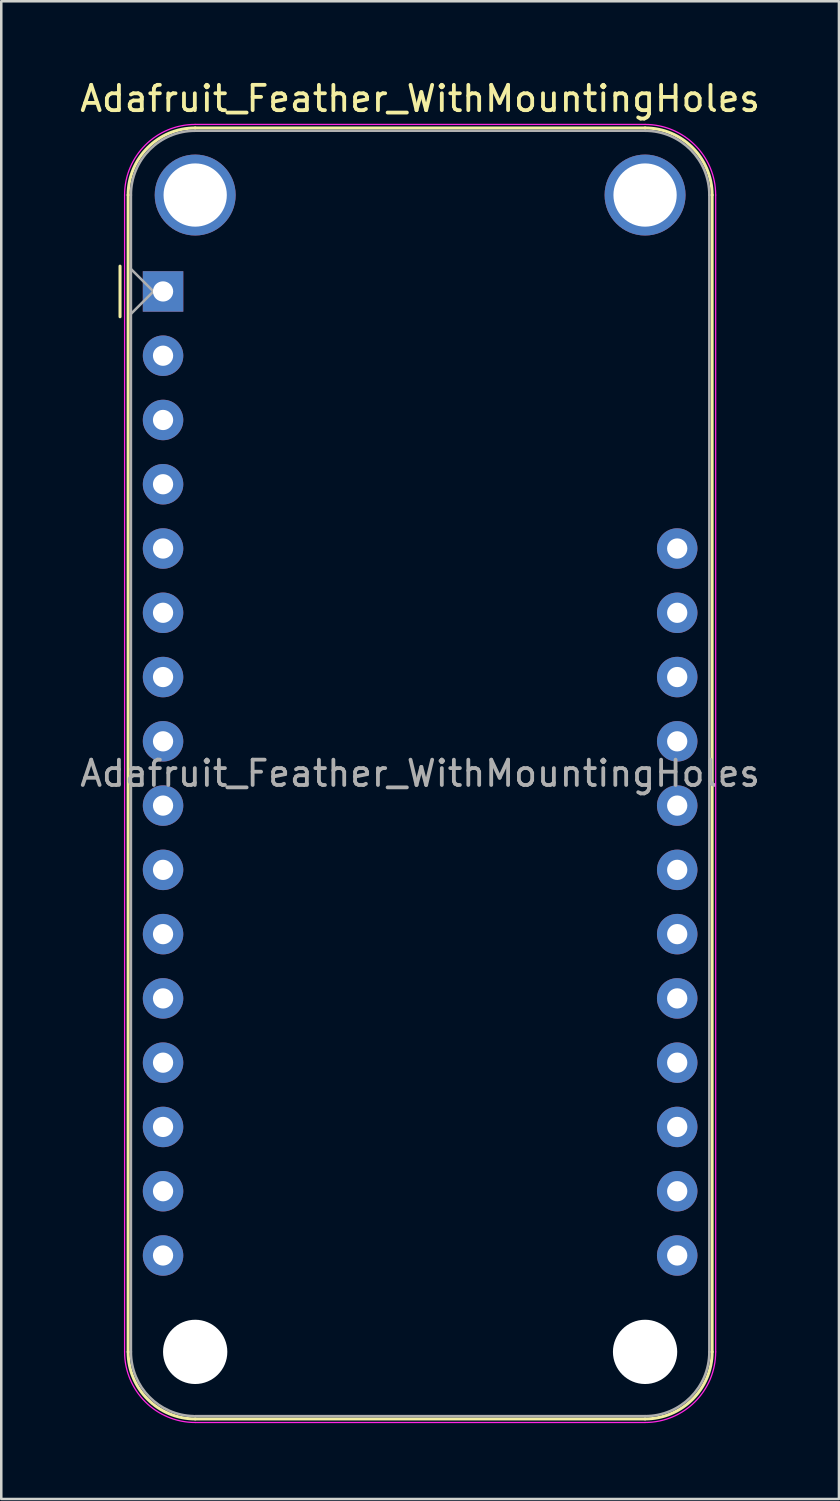
<source format=kicad_pcb>
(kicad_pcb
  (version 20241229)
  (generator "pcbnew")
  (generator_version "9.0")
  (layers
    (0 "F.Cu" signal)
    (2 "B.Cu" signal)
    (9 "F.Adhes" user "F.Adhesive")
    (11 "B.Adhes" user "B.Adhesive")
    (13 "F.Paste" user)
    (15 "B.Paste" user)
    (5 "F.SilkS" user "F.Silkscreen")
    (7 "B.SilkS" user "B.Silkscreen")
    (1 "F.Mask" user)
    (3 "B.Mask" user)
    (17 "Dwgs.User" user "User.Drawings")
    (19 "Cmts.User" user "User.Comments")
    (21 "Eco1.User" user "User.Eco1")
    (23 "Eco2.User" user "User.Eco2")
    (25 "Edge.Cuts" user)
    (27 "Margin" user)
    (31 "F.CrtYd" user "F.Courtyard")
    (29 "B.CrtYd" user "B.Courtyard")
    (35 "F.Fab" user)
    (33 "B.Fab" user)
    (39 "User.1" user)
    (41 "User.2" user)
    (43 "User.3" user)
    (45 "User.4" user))
  (footprint "Adafruit_Feather_WithMountingHoles"
    (layer "F.Cu")
    (at 3.394 8.468)
    (property "Reference" "Adafruit_Feather_WithMountingHoles" (at 10.16 -7.62 0) (layer "F.SilkS") (effects (font (size 1 1) (thickness 0.15))))
    (attr through_hole)
    (fp_line (start -1.7 1) (end -1.7 -1) (stroke (width 0.12) (type solid)) (layer "F.SilkS"))
    (fp_line (start -1.38 -3.81) (end -1.38 41.91) (stroke (width 0.12) (type solid)) (layer "F.SilkS"))
    (fp_line (start 19.05 -6.46) (end 1.27 -6.46) (stroke (width 0.12) (type solid)) (layer "F.SilkS"))
    (fp_line (start 19.05 44.56) (end 1.27 44.56) (stroke (width 0.12) (type solid)) (layer "F.SilkS"))
    (fp_line (start 21.7 -3.81) (end 21.7 41.91) (stroke (width 0.12) (type solid)) (layer "F.SilkS"))
    (fp_arc (start -1.38 -3.81) (mid -0.603833 -5.683833) (end 1.27 -6.46) (stroke (width 0.12) (type solid)) (layer "F.SilkS"))
    (fp_arc (start 1.27 44.56) (mid -0.603833 43.783833) (end -1.38 41.91) (stroke (width 0.12) (type solid)) (layer "F.SilkS"))
    (fp_arc (start 19.05 -6.46) (mid 20.923833 -5.683833) (end 21.7 -3.81) (stroke (width 0.12) (type solid)) (layer "F.SilkS"))
    (fp_arc (start 21.7 41.91) (mid 20.923833 43.783833) (end 19.05 44.56) (stroke (width 0.12) (type solid)) (layer "F.SilkS"))
    (fp_line (start -1.52 41.91) (end -1.52 -3.81) (stroke (width 0.05) (type solid)) (layer "F.CrtYd"))
    (fp_line (start 19.05 -6.6) (end 1.27 -6.6) (stroke (width 0.05) (type solid)) (layer "F.CrtYd"))
    (fp_line (start 19.05 44.7) (end 1.27 44.7) (stroke (width 0.05) (type solid)) (layer "F.CrtYd"))
    (fp_line (start 21.84 41.91) (end 21.84 -3.81) (stroke (width 0.05) (type solid)) (layer "F.CrtYd"))
    (fp_arc (start -1.52 -3.81) (mid -0.702828 -5.782828) (end 1.27 -6.6) (stroke (width 0.05) (type solid)) (layer "F.CrtYd"))
    (fp_arc (start 1.27 44.7) (mid -0.702828 43.882828) (end -1.52 41.91) (stroke (width 0.05) (type solid)) (layer "F.CrtYd"))
    (fp_arc (start 19.05 -6.6) (mid 21.022828 -5.782828) (end 21.84 -3.81) (stroke (width 0.05) (type solid)) (layer "F.CrtYd"))
    (fp_arc (start 21.84 41.91) (mid 21.022828 43.882828) (end 19.05 44.7) (stroke (width 0.05) (type solid)) (layer "F.CrtYd"))
    (fp_line (start -1.27 -3.81) (end -1.27 41.91) (stroke (width 0.1) (type solid)) (layer "F.Fab"))
    (fp_line (start -1.27 -0.889) (end -0.381 0) (stroke (width 0.1) (type solid)) (layer "F.Fab"))
    (fp_line (start -0.381 0) (end -1.27 0.889) (stroke (width 0.1) (type solid)) (layer "F.Fab"))
    (fp_line (start 1.27 44.45) (end 19.05 44.45) (stroke (width 0.1) (type solid)) (layer "F.Fab"))
    (fp_line (start 19.05 -6.35) (end 1.27 -6.35) (stroke (width 0.1) (type solid)) (layer "F.Fab"))
    (fp_line (start 21.59 41.91) (end 21.59 -3.81) (stroke (width 0.1) (type solid)) (layer "F.Fab"))
    (fp_arc (start -1.27 -3.81) (mid -0.526051 -5.606051) (end 1.27 -6.35) (stroke (width 0.1) (type solid)) (layer "F.Fab"))
    (fp_arc (start 1.221238 44.449532) (mid -0.543209 43.688728) (end -1.27 41.91) (stroke (width 0.1) (type solid)) (layer "F.Fab"))
    (fp_arc (start 19.05 -6.35) (mid 20.846051 -5.606051) (end 21.59 -3.81) (stroke (width 0.1) (type solid)) (layer "F.Fab"))
    (fp_arc (start 21.59 41.91) (mid 20.846051 43.706051) (end 19.05 44.45) (stroke (width 0.1) (type solid)) (layer "F.Fab"))
    (fp_text user "${REFERENCE}" (at 10.16 19.05 180) (layer "F.Fab") (effects (font (size 1 1) (thickness 0.15))))
    (pad "" np_thru_hole circle (at 1.27 -3.81 270) (size 3.2 3.2) (drill 2.5) (layers "*.Cu" "*.Mask"))
    (pad "" np_thru_hole circle (at 1.27 41.91 270) (size 2.54 2.54) (drill 2.54) (layers "*.Cu" "*.Mask"))
    (pad "" np_thru_hole circle (at 19.05 -3.81 270) (size 3.2 3.2) (drill 2.5) (layers "*.Cu" "*.Mask"))
    (pad "" np_thru_hole circle (at 19.05 41.91 270) (size 2.54 2.54) (drill 2.54) (layers "*.Cu" "*.Mask"))
    (pad "1" thru_hole rect (at 0 0 180) (size 1.6 1.6) (drill 0.8) (layers "*.Cu" "*.Mask"))
    (pad "2" thru_hole circle (at 0 2.54 180) (size 1.6 1.6) (drill 0.8) (layers "*.Cu" "*.Mask"))
    (pad "3" thru_hole circle (at 0 5.08 180) (size 1.6 1.6) (drill 0.8) (layers "*.Cu" "*.Mask"))
    (pad "4" thru_hole circle (at 0 7.62 180) (size 1.6 1.6) (drill 0.8) (layers "*.Cu" "*.Mask"))
    (pad "5" thru_hole circle (at 0 10.16 180) (size 1.6 1.6) (drill 0.8) (layers "*.Cu" "*.Mask"))
    (pad "6" thru_hole circle (at 0 12.7 180) (size 1.6 1.6) (drill 0.8) (layers "*.Cu" "*.Mask"))
    (pad "7" thru_hole circle (at 0 15.24 180) (size 1.6 1.6) (drill 0.8) (layers "*.Cu" "*.Mask"))
    (pad "8" thru_hole circle (at 0 17.78 180) (size 1.6 1.6) (drill 0.8) (layers "*.Cu" "*.Mask"))
    (pad "9" thru_hole circle (at 0 20.32 180) (size 1.6 1.6) (drill 0.8) (layers "*.Cu" "*.Mask"))
    (pad "10" thru_hole circle (at 0 22.86 180) (size 1.6 1.6) (drill 0.8) (layers "*.Cu" "*.Mask"))
    (pad "11" thru_hole circle (at 0 25.4 180) (size 1.6 1.6) (drill 0.8) (layers "*.Cu" "*.Mask"))
    (pad "12" thru_hole circle (at 0 27.94 180) (size 1.6 1.6) (drill 0.8) (layers "*.Cu" "*.Mask"))
    (pad "13" thru_hole circle (at 0 30.48 180) (size 1.6 1.6) (drill 0.8) (layers "*.Cu" "*.Mask"))
    (pad "14" thru_hole circle (at 0 33.02 180) (size 1.6 1.6) (drill 0.8) (layers "*.Cu" "*.Mask"))
    (pad "15" thru_hole circle (at 0 35.56 180) (size 1.6 1.6) (drill 0.8) (layers "*.Cu" "*.Mask"))
    (pad "16" thru_hole circle (at 0 38.1 180) (size 1.6 1.6) (drill 0.8) (layers "*.Cu" "*.Mask"))
    (pad "17" thru_hole circle (at 20.32 38.1 180) (size 1.6 1.6) (drill 0.8) (layers "*.Cu" "*.Mask"))
    (pad "18" thru_hole circle (at 20.32 35.56 180) (size 1.6 1.6) (drill 0.8) (layers "*.Cu" "*.Mask"))
    (pad "19" thru_hole circle (at 20.32 33.02 180) (size 1.6 1.6) (drill 0.8) (layers "*.Cu" "*.Mask"))
    (pad "20" thru_hole circle (at 20.32 30.48 180) (size 1.6 1.6) (drill 0.8) (layers "*.Cu" "*.Mask"))
    (pad "21" thru_hole circle (at 20.32 27.94 180) (size 1.6 1.6) (drill 0.8) (layers "*.Cu" "*.Mask"))
    (pad "22" thru_hole circle (at 20.32 25.4 180) (size 1.6 1.6) (drill 0.8) (layers "*.Cu" "*.Mask"))
    (pad "23" thru_hole circle (at 20.32 22.86 180) (size 1.6 1.6) (drill 0.8) (layers "*.Cu" "*.Mask"))
    (pad "24" thru_hole circle (at 20.32 20.32 180) (size 1.6 1.6) (drill 0.8) (layers "*.Cu" "*.Mask"))
    (pad "25" thru_hole circle (at 20.32 17.78 180) (size 1.6 1.6) (drill 0.8) (layers "*.Cu" "*.Mask"))
    (pad "26" thru_hole circle (at 20.32 15.24 180) (size 1.6 1.6) (drill 0.8) (layers "*.Cu" "*.Mask"))
    (pad "27" thru_hole circle (at 20.32 12.7 180) (size 1.6 1.6) (drill 0.8) (layers "*.Cu" "*.Mask"))
    (pad "28" thru_hole circle (at 20.32 10.16 180) (size 1.6 1.6) (drill 0.8) (layers "*.Cu" "*.Mask")))
  (gr_rect
    (start -3 -3)
    (end 30.107 56.193)
    (stroke (width 0.1) (type default))
    (fill no)
    (layer "Edge.Cuts")))
</source>
